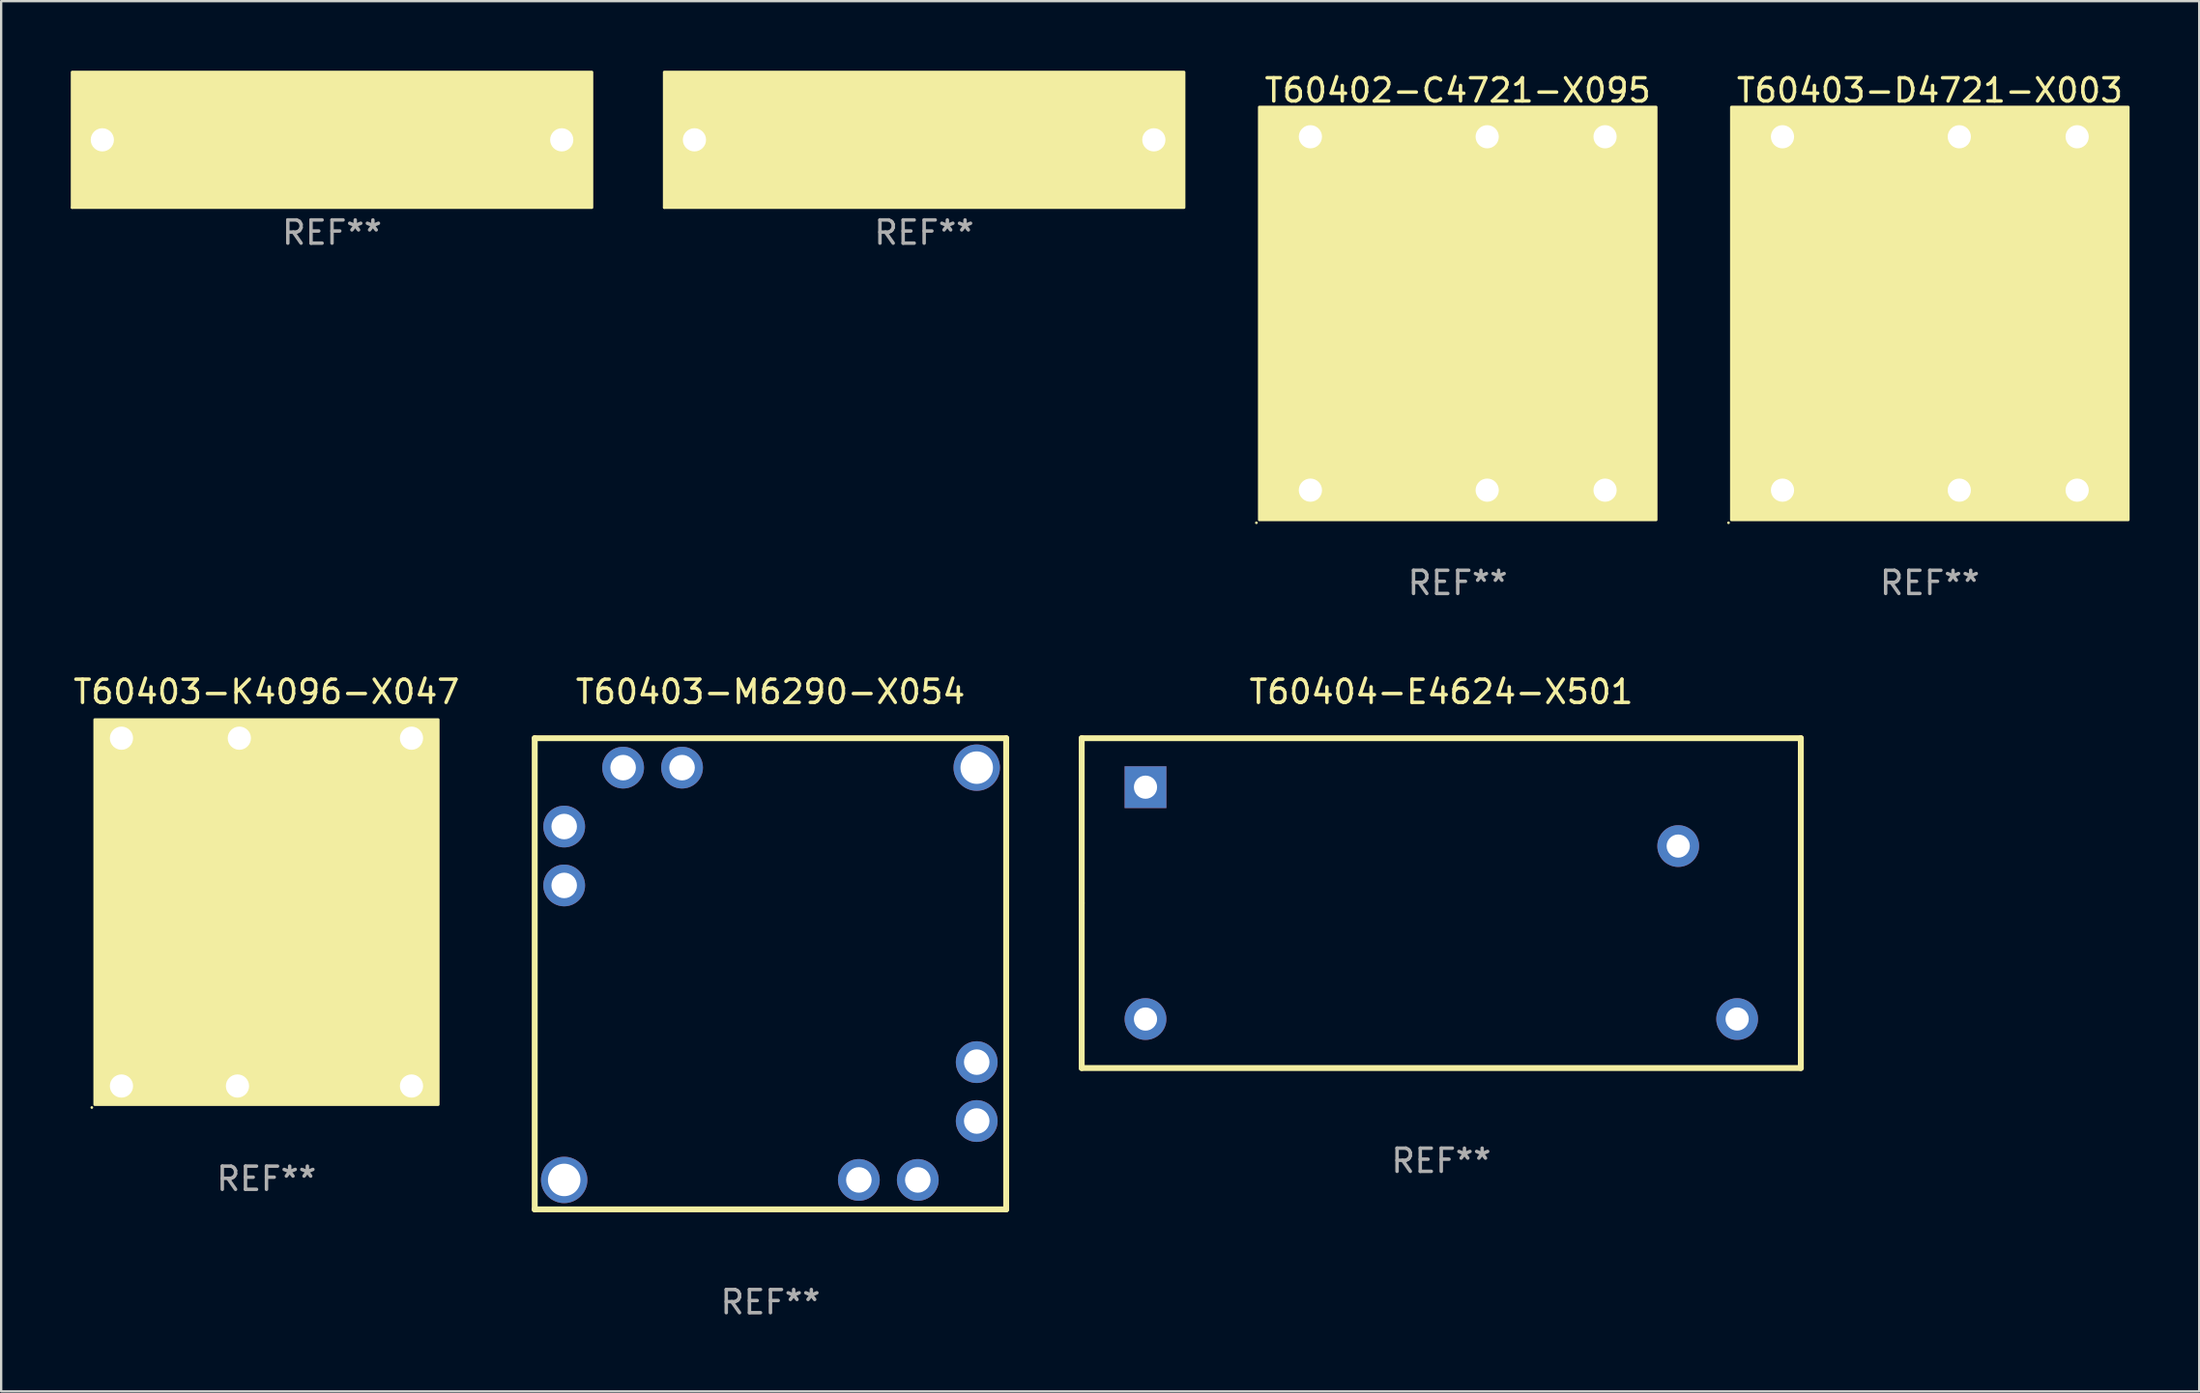
<source format=kicad_pcb>
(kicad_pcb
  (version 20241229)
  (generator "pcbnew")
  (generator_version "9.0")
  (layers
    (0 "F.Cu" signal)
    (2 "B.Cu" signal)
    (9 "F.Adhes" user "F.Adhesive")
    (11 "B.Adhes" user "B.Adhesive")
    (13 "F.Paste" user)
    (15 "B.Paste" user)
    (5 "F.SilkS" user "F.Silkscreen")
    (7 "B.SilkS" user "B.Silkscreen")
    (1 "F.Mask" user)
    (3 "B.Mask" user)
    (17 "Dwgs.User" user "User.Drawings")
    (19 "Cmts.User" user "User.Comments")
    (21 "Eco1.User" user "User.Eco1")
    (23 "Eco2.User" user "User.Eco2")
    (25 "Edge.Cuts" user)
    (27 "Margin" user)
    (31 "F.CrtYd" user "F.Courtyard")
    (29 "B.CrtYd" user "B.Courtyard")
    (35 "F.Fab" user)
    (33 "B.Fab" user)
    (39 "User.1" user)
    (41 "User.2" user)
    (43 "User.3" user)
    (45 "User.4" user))
  (footprint "T60404-E4624-X501"
    (layer "F.Cu")
    (at 59.067 35.897)
    (property "Reference" "T60404-E4624-X501" (at 0 -9.112 0) (layer "F.SilkS") (effects (font (size 1 1) (thickness 0.15))))
    (attr through_hole)
    (fp_line (start -15.497 -7.112) (end 15.497 -7.112) (stroke (width 0.254) (type solid)) (layer "F.SilkS"))
    (fp_line (start -15.497 0) (end -15.497 -7.112) (stroke (width 0.254) (type solid)) (layer "F.SilkS"))
    (fp_line (start -15.497 0) (end -15.497 7.112) (stroke (width 0.254) (type solid)) (layer "F.SilkS"))
    (fp_line (start -15.497 7.112) (end 15.497 7.112) (stroke (width 0.254) (type solid)) (layer "F.SilkS"))
    (fp_line (start 15.497 7.112) (end 15.497 -7.112) (stroke (width 0.254) (type solid)) (layer "F.SilkS"))
    (fp_text user "REF**" (at 0 11.112 0) (layer "F.Fab") (effects (font (size 1 1) (thickness 0.15))))
    (pad "1" thru_hole rect (at -12.747 -5) (size 1.8 1.8) (drill 1) (layers "*.Cu" "*.Mask"))
    (pad "2" thru_hole circle (at 10.213 -2.46) (size 1.8 1.8) (drill 1) (layers "*.Cu" "*.Mask"))
    (pad "3" thru_hole circle (at 12.753 5) (size 1.8 1.8) (drill 1) (layers "*.Cu" "*.Mask"))
    (pad "4" thru_hole circle (at -12.747 5) (size 1.8 1.8) (drill 1) (layers "*.Cu" "*.Mask")))
  (footprint "T60403-M6290-X054"
    (layer "F.Cu")
    (at 30.156 38.945)
    (property "Reference" "T60403-M6290-X054" (at 0 -12.16 0) (layer "F.SilkS") (effects (font (size 1 1) (thickness 0.15))))
    (attr through_hole)
    (fp_line (start -10.16 -10.16) (end -10.16 10.16) (stroke (width 0.254) (type solid)) (layer "F.SilkS"))
    (fp_line (start -10.16 10.16) (end 10.16 10.16) (stroke (width 0.254) (type solid)) (layer "F.SilkS"))
    (fp_line (start 10.16 -10.16) (end -10.16 -10.16) (stroke (width 0.254) (type solid)) (layer "F.SilkS"))
    (fp_line (start 10.16 10.16) (end 10.16 -10.16) (stroke (width 0.254) (type solid)) (layer "F.SilkS"))
    (fp_text user "REF**" (at 0 14.16 0) (layer "F.Fab") (effects (font (size 1 1) (thickness 0.15))))
    (pad "1" thru_hole circle (at 8.89 6.35) (size 1.8 1.8) (drill 1.1) (layers "*.Cu" "*.Mask"))
    (pad "2" thru_hole circle (at 8.89 3.81) (size 1.8 1.8) (drill 1.1) (layers "*.Cu" "*.Mask"))
    (pad "3" thru_hole circle (at -8.89 8.89) (size 2 2) (drill 1.4) (layers "*.Cu" "*.Mask"))
    (pad "4" thru_hole circle (at 8.89 -8.89) (size 2 2) (drill 1.4) (layers "*.Cu" "*.Mask"))
    (pad "5" thru_hole circle (at -3.81 -8.89) (size 1.8 1.8) (drill 1.1) (layers "*.Cu" "*.Mask"))
    (pad "6" thru_hole circle (at -6.35 -8.89) (size 1.8 1.8) (drill 1.1) (layers "*.Cu" "*.Mask"))
    (pad "7" thru_hole circle (at -8.89 -6.35) (size 1.8 1.8) (drill 1.1) (layers "*.Cu" "*.Mask"))
    (pad "8" thru_hole circle (at -8.89 -3.81) (size 1.8 1.8) (drill 1.1) (layers "*.Cu" "*.Mask"))
    (pad "11" thru_hole circle (at 3.81 8.89) (size 1.8 1.8) (drill 1.1) (layers "*.Cu" "*.Mask"))
    (pad "12" thru_hole circle (at 6.35 8.89) (size 1.8 1.8) (drill 1.1) (layers "*.Cu" "*.Mask")))
  (footprint "SXP47C105KAA"
    (layer "F.Cu")
    (at 36.78 2.98)
    (property "Reference" "SXP47C105KAA" (at 0 -2 0) (layer "F.SilkS") (effects (font (size 1 1) (thickness 0.15))))
    (attr through_hole)
    (fp_circle (center -11.2 2.92) (end -11.17 2.92) (stroke (width 0.06) (type solid)) (fill no) (layer "F.SilkS"))
    (fp_poly (pts (xy -11.2 -2.92) (xy 11.2 -2.92) (xy 11.2 2.92) (xy -11.2 2.92)) (stroke (width 0.12) (type solid)) (fill yes) (layer "F.SilkS"))
    (fp_text user "REF**" (at 0 4 0) (layer "F.Fab") (effects (font (size 1 1) (thickness 0.15))))
    (pad "1" thru_hole circle (at -9.9 0) (size 1.8 1.8) (drill 1) (layers "*.Cu" "*.Mask"))
    (pad "2" thru_hole circle (at 9.9 0) (size 1.8 1.8) (drill 1) (layers "*.Cu" "*.Mask")))
  (footprint "T60403-D4721-X003"
    (layer "F.Cu")
    (at 80.124 10.468)
    (property "Reference" "T60403-D4721-X003" (at 0 -9.62 0) (layer "F.SilkS") (effects (font (size 1 1) (thickness 0.15))))
    (attr through_hole)
    (fp_arc (start -5.035077 5.056948) (mid -3.785077 3.80696) (end -2.535077 5.056947) (stroke (width 0.254001) (type solid)) (layer "F.SilkS"))
    (fp_arc (start -4.989027 -4.99205) (mid -3.739027 -5.287134) (end -2.489027 -4.99205) (stroke (width 0.254001) (type solid)) (layer "F.SilkS"))
    (fp_arc (start -2.530124 5.049582) (mid -1.280124 3.799594) (end -0.030124 5.049581) (stroke (width 0.254001) (type solid)) (layer "F.SilkS"))
    (fp_arc (start -2.509017 -4.997689) (mid -1.259017 -5.292773) (end -0.009017 -4.997689) (stroke (width 0.254001) (type solid)) (layer "F.SilkS"))
    (fp_arc (start -0.030124 5.049582) (mid 1.219876 3.799594) (end 2.469876 5.049581) (stroke (width 0.254001) (type solid)) (layer "F.SilkS"))
    (fp_arc (start -0.009017 -4.997689) (mid 1.240983 -5.292773) (end 2.490983 -4.997689) (stroke (width 0.254001) (type solid)) (layer "F.SilkS"))
    (fp_arc (start 2.449886 5.043943) (mid 3.699886 3.793955) (end 4.949886 5.043942) (stroke (width 0.254001) (type solid)) (layer "F.SilkS"))
    (fp_arc (start 2.495936 -5.005055) (mid 3.745936 -5.300139) (end 4.995936 -5.005055) (stroke (width 0.254001) (type solid)) (layer "F.SilkS"))
    (fp_circle (center -8.677 9.027) (end -8.647 9.027) (stroke (width 0.06) (type solid)) (fill no) (layer "F.SilkS"))
    (fp_poly (pts (xy -8.55 -8.9) (xy 8.55 -8.9) (xy 8.55 8.9) (xy -8.55 8.9)) (stroke (width 0.12) (type solid)) (fill yes) (layer "F.SilkS"))
    (fp_text user "REF**" (at 0 11.62 0) (layer "F.Fab") (effects (font (size 1 1) (thickness 0.15))))
    (pad "1" thru_hole rect (at -6.35 7.62) (size 1.6 1.6) (drill 1) (layers "*.Cu" "*.Mask"))
    (pad "2" thru_hole circle (at 1.27 7.62) (size 1.6 1.6) (drill 1) (layers "*.Cu" "*.Mask"))
    (pad "3" thru_hole circle (at 6.35 7.62) (size 1.6 1.6) (drill 1) (layers "*.Cu" "*.Mask"))
    (pad "4" thru_hole circle (at 6.35 -7.62) (size 1.6 1.6) (drill 1) (layers "*.Cu" "*.Mask"))
    (pad "5" thru_hole circle (at 1.27 -7.62) (size 1.6 1.6) (drill 1) (layers "*.Cu" "*.Mask"))
    (pad "6" thru_hole circle (at -6.35 -7.62) (size 1.6 1.6) (drill 1) (layers "*.Cu" "*.Mask")))
  (footprint "T60403-K4096-X047"
    (layer "F.Cu")
    (at 8.435 36.285)
    (property "Reference" "T60403-K4096-X047" (at 0 -9.5 0) (layer "F.SilkS") (effects (font (size 1 1) (thickness 0.15))))
    (attr through_hole)
    (fp_arc (start -4.895936 -5.005054) (mid -3.645936 -6.255042) (end -2.395936 -5.005055) (stroke (width 0.254001) (type solid)) (layer "F.SilkS"))
    (fp_arc (start -4.849886 5.043942) (mid -3.599886 4.748858) (end -2.349886 5.043942) (stroke (width 0.254001) (type solid)) (layer "F.SilkS"))
    (fp_arc (start -2.390983 -4.997688) (mid -1.140983 -6.247676) (end 0.109017 -4.997689) (stroke (width 0.254001) (type solid)) (layer "F.SilkS"))
    (fp_arc (start -2.369876 5.049581) (mid -1.119876 4.754497) (end 0.130124 5.049581) (stroke (width 0.254001) (type solid)) (layer "F.SilkS"))
    (fp_arc (start 0.109017 -4.997688) (mid 1.359017 -6.247676) (end 2.609017 -4.997689) (stroke (width 0.254001) (type solid)) (layer "F.SilkS"))
    (fp_arc (start 0.130124 5.049581) (mid 1.380124 4.754497) (end 2.630124 5.049581) (stroke (width 0.254001) (type solid)) (layer "F.SilkS"))
    (fp_arc (start 2.589027 -4.992049) (mid 3.839027 -6.242037) (end 5.089027 -4.99205) (stroke (width 0.254001) (type solid)) (layer "F.SilkS"))
    (fp_arc (start 2.635077 5.056947) (mid 3.885077 4.761863) (end 5.135077 5.056947) (stroke (width 0.254001) (type solid)) (layer "F.SilkS"))
    (fp_circle (center -7.527 8.427) (end -7.497 8.427) (stroke (width 0.06) (type solid)) (fill no) (layer "F.SilkS"))
    (fp_poly (pts (xy -7.4 -8.3) (xy 7.4 -8.3) (xy 7.4 8.3) (xy -7.4 8.3)) (stroke (width 0.12) (type solid)) (fill yes) (layer "F.SilkS"))
    (fp_text user "REF**" (at 0 11.5 0) (layer "F.Fab") (effects (font (size 1 1) (thickness 0.15))))
    (pad "1" thru_hole rect (at -6.25 7.5) (size 1.6 1.6) (drill 1) (layers "*.Cu" "*.Mask"))
    (pad "2" thru_hole circle (at -1.25 7.5) (size 1.6 1.6) (drill 1) (layers "*.Cu" "*.Mask"))
    (pad "3" thru_hole circle (at 6.25 7.5) (size 1.6 1.6) (drill 1) (layers "*.Cu" "*.Mask"))
    (pad "4" thru_hole circle (at 6.25 -7.5) (size 1.6 1.6) (drill 1) (layers "*.Cu" "*.Mask"))
    (pad "5" thru_hole circle (at -1.17 -7.5) (size 1.6 1.6) (drill 1) (layers "*.Cu" "*.Mask"))
    (pad "6" thru_hole circle (at -6.25 -7.5) (size 1.6 1.6) (drill 1) (layers "*.Cu" "*.Mask")))
  (footprint "SXP41C565KAA"
    (layer "F.Cu")
    (at 11.26 2.98)
    (property "Reference" "SXP41C565KAA" (at 0 -2 0) (layer "F.SilkS") (effects (font (size 1 1) (thickness 0.15))))
    (attr through_hole)
    (fp_circle (center -11.2 2.92) (end -11.17 2.92) (stroke (width 0.06) (type solid)) (fill no) (layer "F.SilkS"))
    (fp_poly (pts (xy -11.2 -2.92) (xy 11.2 -2.92) (xy 11.2 2.92) (xy -11.2 2.92)) (stroke (width 0.12) (type solid)) (fill yes) (layer "F.SilkS"))
    (fp_text user "REF**" (at 0 4 0) (layer "F.Fab") (effects (font (size 1 1) (thickness 0.15))))
    (pad "1" thru_hole circle (at -9.9 0) (size 1.8 1.8) (drill 1) (layers "*.Cu" "*.Mask"))
    (pad "2" thru_hole circle (at 9.9 0) (size 1.8 1.8) (drill 1) (layers "*.Cu" "*.Mask")))
  (footprint "T60402-C4721-X095"
    (layer "F.Cu")
    (at 59.777 10.468)
    (property "Reference" "T60402-C4721-X095" (at 0 -9.62 0) (layer "F.SilkS") (effects (font (size 1 1) (thickness 0.15))))
    (attr through_hole)
    (fp_arc (start -5.035077 5.056948) (mid -3.785077 3.80696) (end -2.535077 5.056947) (stroke (width 0.254001) (type solid)) (layer "F.SilkS"))
    (fp_arc (start -4.989027 -4.99205) (mid -3.739027 -5.287134) (end -2.489027 -4.99205) (stroke (width 0.254001) (type solid)) (layer "F.SilkS"))
    (fp_arc (start -2.530124 5.049582) (mid -1.280124 3.799594) (end -0.030124 5.049581) (stroke (width 0.254001) (type solid)) (layer "F.SilkS"))
    (fp_arc (start -2.509017 -4.997689) (mid -1.259017 -5.292773) (end -0.009017 -4.997689) (stroke (width 0.254001) (type solid)) (layer "F.SilkS"))
    (fp_arc (start -0.030124 5.049582) (mid 1.219876 3.799594) (end 2.469876 5.049581) (stroke (width 0.254001) (type solid)) (layer "F.SilkS"))
    (fp_arc (start -0.009017 -4.997689) (mid 1.240983 -5.292773) (end 2.490983 -4.997689) (stroke (width 0.254001) (type solid)) (layer "F.SilkS"))
    (fp_arc (start 2.449886 5.043943) (mid 3.699886 3.793955) (end 4.949886 5.043942) (stroke (width 0.254001) (type solid)) (layer "F.SilkS"))
    (fp_arc (start 2.495936 -5.005055) (mid 3.745936 -5.300139) (end 4.995936 -5.005055) (stroke (width 0.254001) (type solid)) (layer "F.SilkS"))
    (fp_circle (center -8.677 9.027) (end -8.647 9.027) (stroke (width 0.06) (type solid)) (fill no) (layer "F.SilkS"))
    (fp_poly (pts (xy -8.55 -8.9) (xy 8.55 -8.9) (xy 8.55 8.9) (xy -8.55 8.9)) (stroke (width 0.12) (type solid)) (fill yes) (layer "F.SilkS"))
    (fp_text user "REF**" (at 0 11.62 0) (layer "F.Fab") (effects (font (size 1 1) (thickness 0.15))))
    (pad "1" thru_hole rect (at -6.35 7.62) (size 1.6 1.6) (drill 1) (layers "*.Cu" "*.Mask"))
    (pad "2" thru_hole circle (at 1.27 7.62) (size 1.6 1.6) (drill 1) (layers "*.Cu" "*.Mask"))
    (pad "3" thru_hole circle (at 6.35 7.62) (size 1.6 1.6) (drill 1) (layers "*.Cu" "*.Mask"))
    (pad "4" thru_hole circle (at 6.35 -7.62) (size 1.6 1.6) (drill 1) (layers "*.Cu" "*.Mask"))
    (pad "5" thru_hole circle (at 1.27 -7.62) (size 1.6 1.6) (drill 1) (layers "*.Cu" "*.Mask"))
    (pad "6" thru_hole circle (at -6.35 -7.62) (size 1.6 1.6) (drill 1) (layers "*.Cu" "*.Mask")))
  (gr_rect
    (start -3 -3)
    (end 91.734 56.953)
    (stroke (width 0.1) (type default))
    (fill no)
    (layer "Edge.Cuts")))
</source>
